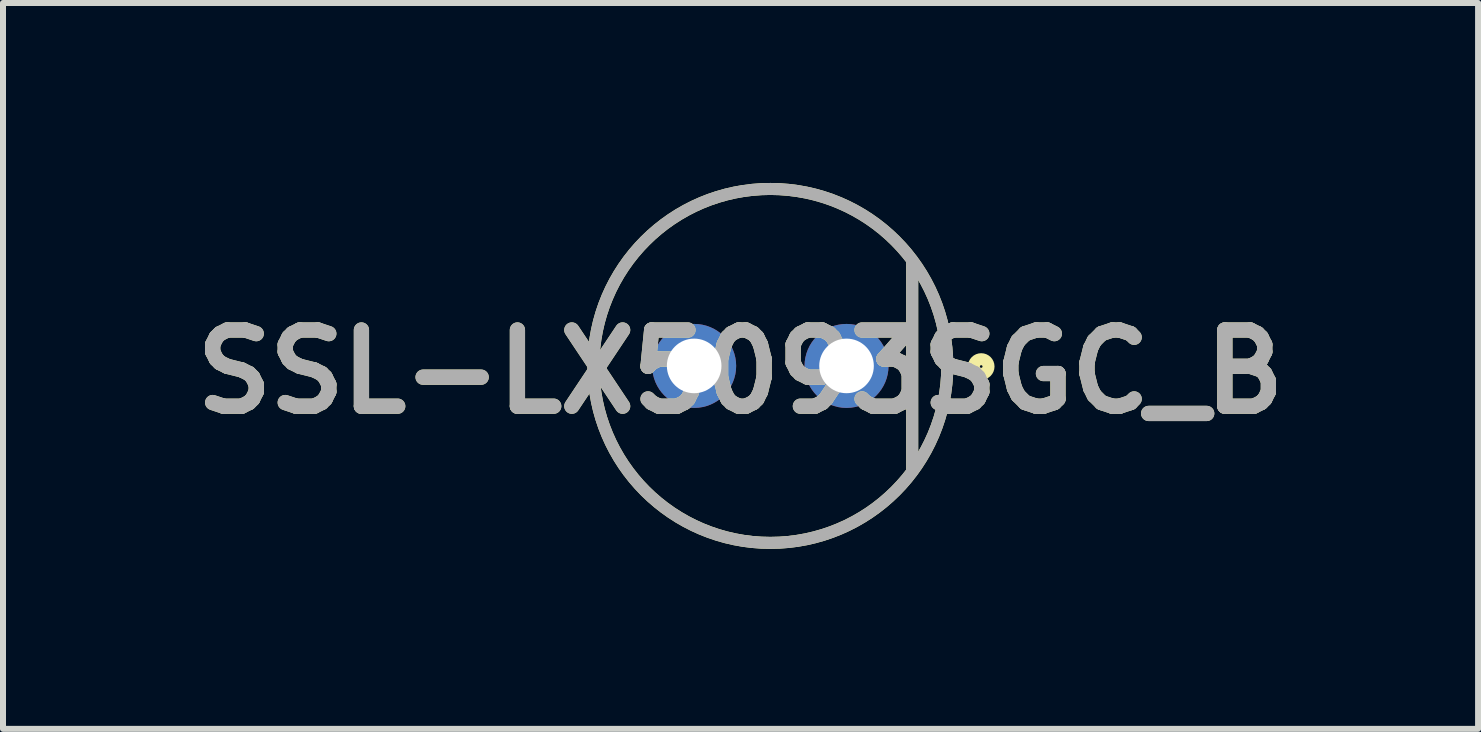
<source format=kicad_pcb>
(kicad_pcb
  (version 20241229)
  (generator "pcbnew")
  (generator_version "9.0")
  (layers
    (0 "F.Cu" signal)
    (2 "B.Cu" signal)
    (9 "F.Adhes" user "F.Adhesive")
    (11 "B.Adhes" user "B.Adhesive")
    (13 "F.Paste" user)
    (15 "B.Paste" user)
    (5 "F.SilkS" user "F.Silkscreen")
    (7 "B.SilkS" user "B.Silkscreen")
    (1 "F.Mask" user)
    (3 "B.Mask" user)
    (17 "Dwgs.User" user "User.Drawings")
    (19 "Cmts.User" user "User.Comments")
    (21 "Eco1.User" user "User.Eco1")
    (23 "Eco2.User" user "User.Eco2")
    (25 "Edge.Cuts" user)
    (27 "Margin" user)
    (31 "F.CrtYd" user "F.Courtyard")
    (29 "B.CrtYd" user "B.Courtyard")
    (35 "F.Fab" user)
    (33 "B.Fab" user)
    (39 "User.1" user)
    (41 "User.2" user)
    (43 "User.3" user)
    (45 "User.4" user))
  (footprint "SSL-LX5093SGC_B"
    (layer "F.Cu")
    (at 9.792 3.05)
    (property "Reference" "SSL-LX5093SGC_B" (at -0.497 0.097 0) (layer "F.SilkS") (effects (font (size 1.27 1.27) (thickness 0.254))))
    (attr through_hole)
    (fp_line (start 2.365 1.748) (end 2.365 -1.733) (stroke (width 0.2) (type solid)) (layer "F.SilkS"))
    (fp_circle (center 0 0) (end 0 2.95) (stroke (width 0.2) (type solid)) (fill no) (layer "F.SilkS"))
    (fp_circle (center 3.515 0.01) (end 3.515 0.032) (stroke (width 0.2) (type solid)) (fill no) (layer "F.SilkS"))
    (fp_line (start 2.365 -1.733) (end 2.365 1.748) (stroke (width 0.2) (type solid)) (layer "F.Fab"))
    (fp_circle (center 0 0) (end 0 2.95) (stroke (width 0.2) (type solid)) (fill no) (layer "F.Fab"))
    (fp_text user "${REFERENCE}" (at -0.497 0.097 0) (layer "F.Fab") (effects (font (size 1.27 1.27) (thickness 0.254))))
    (pad "1" thru_hole circle (at 1.27 0) (size 1.4 1.4) (drill 0.91) (layers "*.Cu" "*.Mask"))
    (pad "2" thru_hole circle (at -1.27 0) (size 1.4 1.4) (drill 0.91) (layers "*.Cu" "*.Mask")))
  (gr_rect
    (start -3 -3)
    (end 21.59 9.1)
    (stroke (width 0.1) (type default))
    (fill no)
    (layer "Edge.Cuts")))
</source>
